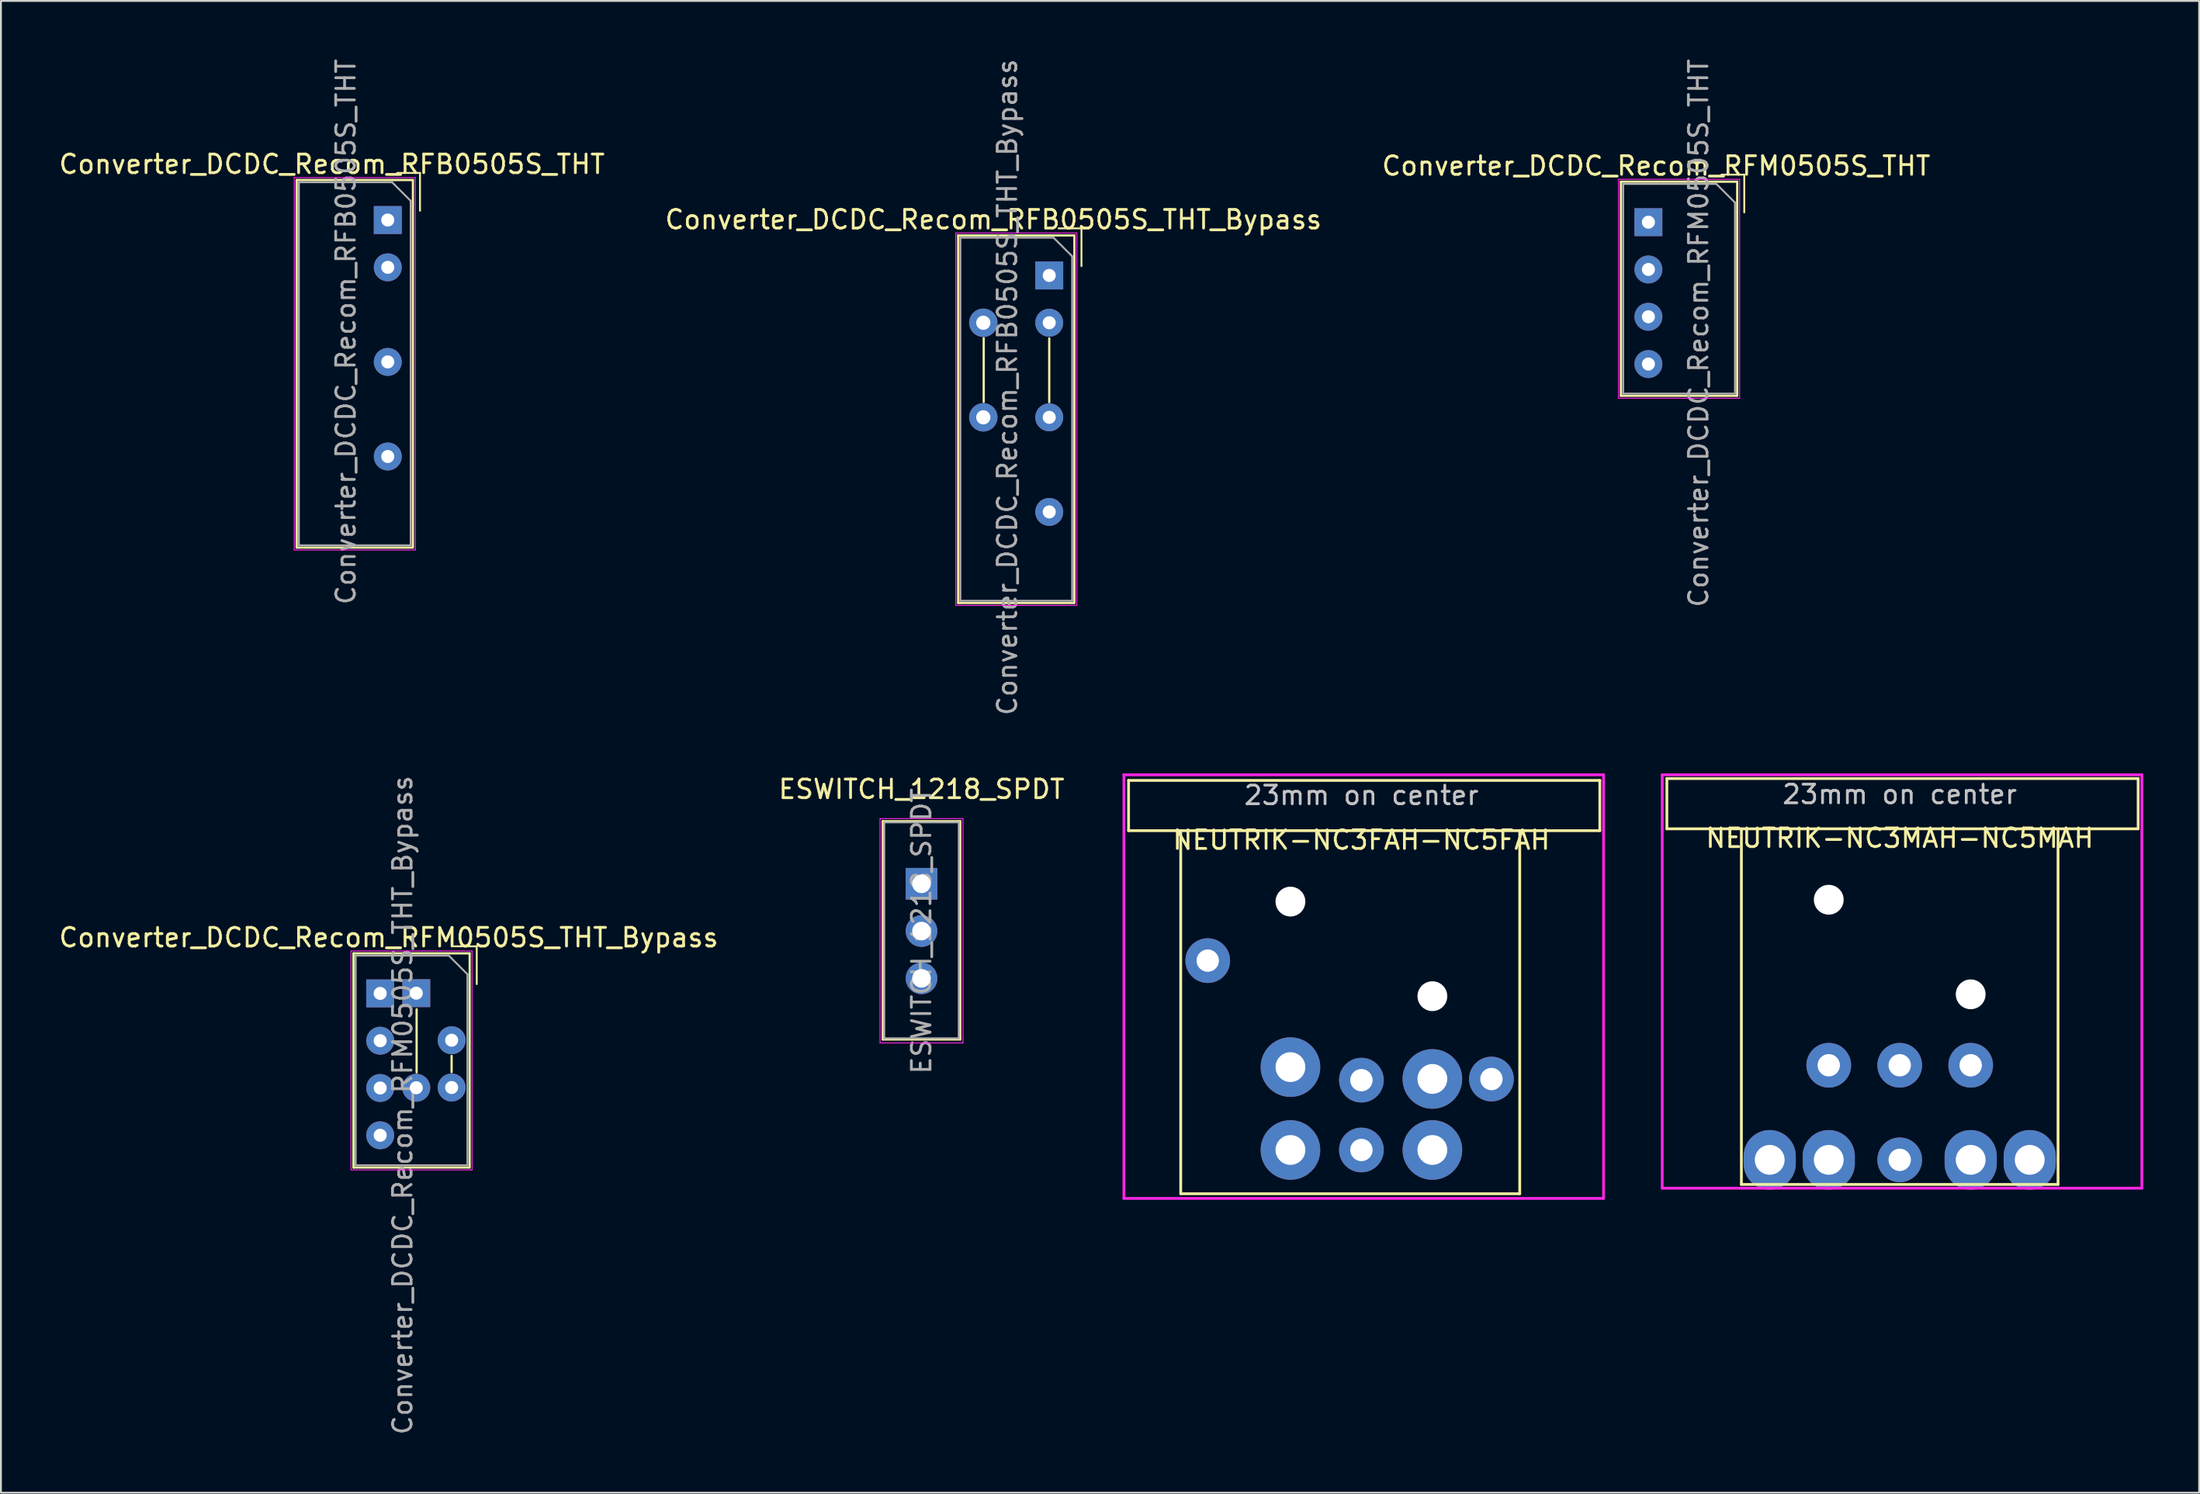
<source format=kicad_pcb>
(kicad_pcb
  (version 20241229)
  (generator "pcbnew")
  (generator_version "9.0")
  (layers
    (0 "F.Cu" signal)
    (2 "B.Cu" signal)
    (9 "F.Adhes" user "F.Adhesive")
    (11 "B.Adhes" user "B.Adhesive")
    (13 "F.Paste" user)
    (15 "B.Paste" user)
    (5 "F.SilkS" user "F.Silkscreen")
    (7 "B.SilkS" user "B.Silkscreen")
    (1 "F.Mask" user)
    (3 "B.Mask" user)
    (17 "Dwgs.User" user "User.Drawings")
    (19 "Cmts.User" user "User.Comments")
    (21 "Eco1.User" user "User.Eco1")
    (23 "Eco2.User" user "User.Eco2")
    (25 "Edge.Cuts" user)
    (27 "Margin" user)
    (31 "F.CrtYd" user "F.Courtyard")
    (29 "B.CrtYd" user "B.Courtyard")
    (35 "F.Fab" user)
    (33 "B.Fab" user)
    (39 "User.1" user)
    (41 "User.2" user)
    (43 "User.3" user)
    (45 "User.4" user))
  (footprint "Converter_DCDC_Recom_RFB0505S_THT_Bypass"
    (layer "F.Cu")
    (at 53.28 11.744)
    (property "Reference" "Converter_DCDC_Recom_RFB0505S_THT_Bypass" (at -3 -3 0) (layer "F.SilkS") (effects (font (size 1 1) (thickness 0.15))))
    (attr through_hole)
    (fp_line (start -4.89 -2.15) (end -4.89 17.59) (stroke (width 0.12) (type solid)) (layer "F.SilkS"))
    (fp_line (start -4.89 17.59) (end 1.33 17.59) (stroke (width 0.12) (type solid)) (layer "F.SilkS"))
    (fp_line (start -3.518 3.365) (end -3.518 6.795) (stroke (width 0.12) (type solid)) (layer "F.SilkS"))
    (fp_line (start 0 3.378) (end 0 6.807) (stroke (width 0.12) (type solid)) (layer "F.SilkS"))
    (fp_line (start 1.35 -2.15) (end -4.89 -2.15) (stroke (width 0.12) (type solid)) (layer "F.SilkS"))
    (fp_line (start 1.35 17.59) (end 1.35 -2.15) (stroke (width 0.12) (type solid)) (layer "F.SilkS"))
    (fp_line (start 1.73 -2.53) (end 0.5 -2.53) (stroke (width 0.1) (type solid)) (layer "F.SilkS"))
    (fp_line (start 1.73 -2.53) (end 1.73 -0.5) (stroke (width 0.1) (type solid)) (layer "F.SilkS"))
    (fp_line (start -5.02 -2.28) (end -5.02 17.72) (stroke (width 0.05) (type solid)) (layer "F.CrtYd"))
    (fp_line (start -5.02 17.72) (end 1.48 17.72) (stroke (width 0.05) (type solid)) (layer "F.CrtYd"))
    (fp_line (start 1.48 -2.28) (end -5.02 -2.28) (stroke (width 0.05) (type solid)) (layer "F.CrtYd"))
    (fp_line (start 1.48 17.72) (end 1.48 -2.28) (stroke (width 0.05) (type solid)) (layer "F.CrtYd"))
    (fp_line (start -4.77 -2.03) (end -4.77 17.47) (stroke (width 0.1) (type solid)) (layer "F.Fab"))
    (fp_line (start -4.77 17.47) (end 1.23 17.47) (stroke (width 0.1) (type solid)) (layer "F.Fab"))
    (fp_line (start 0.23 -2.03) (end -4.77 -2.03) (stroke (width 0.1) (type solid)) (layer "F.Fab"))
    (fp_line (start 0.23 -2.03) (end 1.23 -1.03) (stroke (width 0.1) (type solid)) (layer "F.Fab"))
    (fp_line (start 1.23 17.47) (end 1.23 -1.03) (stroke (width 0.1) (type solid)) (layer "F.Fab"))
    (fp_text user "${REFERENCE}" (at -2.25 6 90) (layer "F.Fab") (effects (font (size 1 1) (thickness 0.15))))
    (pad "1" thru_hole circle (at -3.54 2.54) (size 1.524 1.524) (drill 0.762) (layers "*.Cu" "*.Mask"))
    (pad "1" thru_hole rect (at 0 0) (size 1.5 1.5) (drill 0.7) (layers "*.Cu" "*.Mask"))
    (pad "2" thru_hole oval (at 0 2.54) (size 1.5 1.5) (drill 0.7) (layers "*.Cu" "*.Mask"))
    (pad "4" thru_hole oval (at 0 7.62) (size 1.5 1.5) (drill 0.7) (layers "*.Cu" "*.Mask"))
    (pad "6" thru_hole circle (at -3.54 7.62) (size 1.524 1.524) (drill 0.762) (layers "*.Cu" "*.Mask"))
    (pad "6" thru_hole oval (at 0 12.7) (size 1.5 1.5) (drill 0.7) (layers "*.Cu" "*.Mask")))
  (footprint "Converter_DCDC_Recom_RFM0505S_THT"
    (layer "F.Cu")
    (at 85.447 8.883)
    (property "Reference" "Converter_DCDC_Recom_RFM0505S_THT" (at 0.416 -3.025 0) (layer "F.SilkS") (effects (font (size 1 1) (thickness 0.15))))
    (attr through_hole)
    (fp_line (start -1.474 -2.175) (end -1.474 9.325) (stroke (width 0.12) (type solid)) (layer "F.SilkS"))
    (fp_line (start -1.474 9.325) (end 4.746 9.325) (stroke (width 0.12) (type solid)) (layer "F.SilkS"))
    (fp_line (start 4.766 -2.175) (end -1.474 -2.175) (stroke (width 0.12) (type solid)) (layer "F.SilkS"))
    (fp_line (start 4.766 9.325) (end 4.766 -2.175) (stroke (width 0.12) (type solid)) (layer "F.SilkS"))
    (fp_line (start 5.146 -2.555) (end 3.916 -2.555) (stroke (width 0.1) (type solid)) (layer "F.SilkS"))
    (fp_line (start 5.146 -2.555) (end 5.146 -0.525) (stroke (width 0.1) (type solid)) (layer "F.SilkS"))
    (fp_line (start -1.604 -2.305) (end -1.604 9.455) (stroke (width 0.05) (type solid)) (layer "F.CrtYd"))
    (fp_line (start -1.604 9.455) (end 4.896 9.455) (stroke (width 0.05) (type solid)) (layer "F.CrtYd"))
    (fp_line (start 4.896 -2.305) (end -1.604 -2.305) (stroke (width 0.05) (type solid)) (layer "F.CrtYd"))
    (fp_line (start 4.896 9.455) (end 4.896 -2.305) (stroke (width 0.05) (type solid)) (layer "F.CrtYd"))
    (fp_line (start -1.354 -2.055) (end -1.354 9.205) (stroke (width 0.1) (type solid)) (layer "F.Fab"))
    (fp_line (start -1.354 9.205) (end 4.646 9.205) (stroke (width 0.1) (type solid)) (layer "F.Fab"))
    (fp_line (start 3.646 -2.055) (end -1.354 -2.055) (stroke (width 0.1) (type solid)) (layer "F.Fab"))
    (fp_line (start 3.646 -2.055) (end 4.646 -1.055) (stroke (width 0.1) (type solid)) (layer "F.Fab"))
    (fp_line (start 4.646 9.205) (end 4.646 -1.055) (stroke (width 0.1) (type solid)) (layer "F.Fab"))
    (fp_text user "${REFERENCE}" (at 2.692 5.956 90) (layer "F.Fab") (effects (font (size 1 1) (thickness 0.15))))
    (pad "1" thru_hole rect (at 0 0) (size 1.5 1.5) (drill 0.7) (layers "*.Cu" "*.Mask"))
    (pad "2" thru_hole oval (at 0 2.54) (size 1.5 1.5) (drill 0.7) (layers "*.Cu" "*.Mask"))
    (pad "3" thru_hole oval (at 0 5.08) (size 1.5 1.5) (drill 0.7) (layers "*.Cu" "*.Mask"))
    (pad "4" thru_hole oval (at 0 7.62) (size 1.5 1.5) (drill 0.7) (layers "*.Cu" "*.Mask")))
  (footprint "ESWITCH_1218_SPDT"
    (layer "F.Cu")
    (at 46.423 44.416)
    (property "Reference" "ESWITCH_1218_SPDT" (at 0 -5.08 0) (layer "F.SilkS") (effects (font (size 1 1) (thickness 0.15))))
    (attr through_hole)
    (fp_line (start -2.08 -3.36) (end -2.08 8.36) (stroke (width 0.12) (type solid)) (layer "F.SilkS"))
    (fp_line (start -2.08 -3.36) (end 2.08 -3.36) (stroke (width 0.12) (type solid)) (layer "F.SilkS"))
    (fp_line (start -2.08 8.36) (end 2.08 8.36) (stroke (width 0.12) (type solid)) (layer "F.SilkS"))
    (fp_line (start 2.08 -3.36) (end 2.08 8.36) (stroke (width 0.12) (type solid)) (layer "F.SilkS"))
    (fp_line (start -2.225 -3.5) (end -2.225 8.55) (stroke (width 0.05) (type solid)) (layer "F.CrtYd"))
    (fp_line (start -2.225 8.55) (end 2.225 8.55) (stroke (width 0.05) (type solid)) (layer "F.CrtYd"))
    (fp_line (start 2.225 -3.5) (end -2.225 -3.5) (stroke (width 0.05) (type solid)) (layer "F.CrtYd"))
    (fp_line (start 2.225 8.55) (end 2.225 -3.5) (stroke (width 0.05) (type solid)) (layer "F.CrtYd"))
    (fp_line (start -2 -3.3) (end 2 -3.3) (stroke (width 0.1) (type solid)) (layer "F.Fab"))
    (fp_line (start -2 8.3) (end -2 -3.3) (stroke (width 0.1) (type solid)) (layer "F.Fab"))
    (fp_line (start 2 -3.3) (end 2 8.3) (stroke (width 0.1) (type solid)) (layer "F.Fab"))
    (fp_line (start 2 8.3) (end -2 8.3) (stroke (width 0.1) (type solid)) (layer "F.Fab"))
    (fp_text user "${REFERENCE}" (at 0 2.54 90) (layer "F.Fab") (effects (font (size 1 1) (thickness 0.15))))
    (pad "1" thru_hole rect (at 0 0) (size 1.7 1.7) (drill 1) (layers "*.Cu" "*.Mask"))
    (pad "2" thru_hole oval (at 0 2.54) (size 1.7 1.7) (drill 1) (layers "*.Cu" "*.Mask"))
    (pad "3" thru_hole oval (at 0 5.08) (size 1.7 1.7) (drill 1) (layers "*.Cu" "*.Mask")))
  (footprint "Converter_DCDC_Recom_RFB0505S_THT"
    (layer "F.Cu")
    (at 17.768 8.768)
    (property "Reference" "Converter_DCDC_Recom_RFB0505S_THT" (at -3 -3 0) (layer "F.SilkS") (effects (font (size 1 1) (thickness 0.15))))
    (attr through_hole)
    (fp_line (start -4.89 -2.15) (end -4.89 17.59) (stroke (width 0.12) (type solid)) (layer "F.SilkS"))
    (fp_line (start -4.89 17.59) (end 1.33 17.59) (stroke (width 0.12) (type solid)) (layer "F.SilkS"))
    (fp_line (start 1.35 -2.15) (end -4.89 -2.15) (stroke (width 0.12) (type solid)) (layer "F.SilkS"))
    (fp_line (start 1.35 17.59) (end 1.35 -2.15) (stroke (width 0.12) (type solid)) (layer "F.SilkS"))
    (fp_line (start 1.73 -2.53) (end 0.5 -2.53) (stroke (width 0.1) (type solid)) (layer "F.SilkS"))
    (fp_line (start 1.73 -2.53) (end 1.73 -0.5) (stroke (width 0.1) (type solid)) (layer "F.SilkS"))
    (fp_line (start -5.02 -2.28) (end -5.02 17.72) (stroke (width 0.05) (type solid)) (layer "F.CrtYd"))
    (fp_line (start -5.02 17.72) (end 1.48 17.72) (stroke (width 0.05) (type solid)) (layer "F.CrtYd"))
    (fp_line (start 1.48 -2.28) (end -5.02 -2.28) (stroke (width 0.05) (type solid)) (layer "F.CrtYd"))
    (fp_line (start 1.48 17.72) (end 1.48 -2.28) (stroke (width 0.05) (type solid)) (layer "F.CrtYd"))
    (fp_line (start -4.77 -2.03) (end -4.77 17.47) (stroke (width 0.1) (type solid)) (layer "F.Fab"))
    (fp_line (start -4.77 17.47) (end 1.23 17.47) (stroke (width 0.1) (type solid)) (layer "F.Fab"))
    (fp_line (start 0.23 -2.03) (end -4.77 -2.03) (stroke (width 0.1) (type solid)) (layer "F.Fab"))
    (fp_line (start 0.23 -2.03) (end 1.23 -1.03) (stroke (width 0.1) (type solid)) (layer "F.Fab"))
    (fp_line (start 1.23 17.47) (end 1.23 -1.03) (stroke (width 0.1) (type solid)) (layer "F.Fab"))
    (fp_text user "${REFERENCE}" (at -2.25 6 90) (layer "F.Fab") (effects (font (size 1 1) (thickness 0.15))))
    (pad "1" thru_hole rect (at 0 0) (size 1.5 1.5) (drill 0.7) (layers "*.Cu" "*.Mask"))
    (pad "2" thru_hole oval (at 0 2.54) (size 1.5 1.5) (drill 0.7) (layers "*.Cu" "*.Mask"))
    (pad "4" thru_hole oval (at 0 7.62) (size 1.5 1.5) (drill 0.7) (layers "*.Cu" "*.Mask"))
    (pad "6" thru_hole oval (at 0 12.7) (size 1.5 1.5) (drill 0.7) (layers "*.Cu" "*.Mask")))
  (footprint "Converter_DCDC_Recom_RFM0505S_THT_Bypass"
    (layer "F.Cu")
    (at 17.361 50.304)
    (property "Reference" "Converter_DCDC_Recom_RFM0505S_THT_Bypass" (at 0.454 -3 0) (layer "F.SilkS") (effects (font (size 1 1) (thickness 0.15))))
    (attr through_hole)
    (fp_line (start -1.436 -2.15) (end -1.436 9.35) (stroke (width 0.12) (type solid)) (layer "F.SilkS"))
    (fp_line (start -1.436 9.35) (end 4.784 9.35) (stroke (width 0.12) (type solid)) (layer "F.SilkS"))
    (fp_line (start 1.956 0.851) (end 1.956 4.242) (stroke (width 0.12) (type solid)) (layer "F.SilkS"))
    (fp_line (start 3.835 3.353) (end 3.835 4.229) (stroke (width 0.12) (type solid)) (layer "F.SilkS"))
    (fp_line (start 4.804 -2.15) (end -1.436 -2.15) (stroke (width 0.12) (type solid)) (layer "F.SilkS"))
    (fp_line (start 4.804 9.35) (end 4.804 -2.15) (stroke (width 0.12) (type solid)) (layer "F.SilkS"))
    (fp_line (start 5.184 -2.53) (end 3.954 -2.53) (stroke (width 0.1) (type solid)) (layer "F.SilkS"))
    (fp_line (start 5.184 -2.53) (end 5.184 -0.5) (stroke (width 0.1) (type solid)) (layer "F.SilkS"))
    (fp_line (start -1.566 -2.28) (end -1.566 9.48) (stroke (width 0.05) (type solid)) (layer "F.CrtYd"))
    (fp_line (start -1.566 9.48) (end 4.934 9.48) (stroke (width 0.05) (type solid)) (layer "F.CrtYd"))
    (fp_line (start 4.934 -2.28) (end -1.566 -2.28) (stroke (width 0.05) (type solid)) (layer "F.CrtYd"))
    (fp_line (start 4.934 9.48) (end 4.934 -2.28) (stroke (width 0.05) (type solid)) (layer "F.CrtYd"))
    (fp_line (start -1.316 -2.03) (end -1.316 9.23) (stroke (width 0.1) (type solid)) (layer "F.Fab"))
    (fp_line (start -1.316 9.23) (end 4.684 9.23) (stroke (width 0.1) (type solid)) (layer "F.Fab"))
    (fp_line (start 3.684 -2.03) (end -1.316 -2.03) (stroke (width 0.1) (type solid)) (layer "F.Fab"))
    (fp_line (start 3.684 -2.03) (end 4.684 -1.03) (stroke (width 0.1) (type solid)) (layer "F.Fab"))
    (fp_line (start 4.684 9.23) (end 4.684 -1.03) (stroke (width 0.1) (type solid)) (layer "F.Fab"))
    (fp_text user "${REFERENCE}" (at 1.204 6 90) (layer "F.Fab") (effects (font (size 1 1) (thickness 0.15))))
    (pad "1" thru_hole rect (at 0 0) (size 1.5 1.5) (drill 0.7) (layers "*.Cu" "*.Mask"))
    (pad "1" thru_hole rect (at 1.937 -0.013) (size 1.5 1.5) (drill 0.7) (layers "*.Cu" "*.Mask"))
    (pad "2" thru_hole oval (at 0 2.54) (size 1.5 1.5) (drill 0.7) (layers "*.Cu" "*.Mask"))
    (pad "2" thru_hole oval (at 3.836 2.515) (size 1.5 1.5) (drill 0.7) (layers "*.Cu" "*.Mask"))
    (pad "3" thru_hole oval (at 0 5.08) (size 1.5 1.5) (drill 0.7) (layers "*.Cu" "*.Mask"))
    (pad "3" thru_hole oval (at 1.937 5.067) (size 1.5 1.5) (drill 0.7) (layers "*.Cu" "*.Mask"))
    (pad "4" thru_hole oval (at 0 7.62) (size 1.5 1.5) (drill 0.7) (layers "*.Cu" "*.Mask"))
    (pad "4" thru_hole oval (at 3.836 5.055) (size 1.5 1.5) (drill 0.7) (layers "*.Cu" "*.Mask")))
  (footprint "NEUTRIK-NC3FAH-NC5FAH"
    (layer "F.Cu")
    (at 70.039 41.563)
    (property "Reference" "NEUTRIK-NC3FAH-NC5FAH" (at 0 0.5 0) (layer "F.SilkS") (effects (font (size 1 1) (thickness 0.15))))
    (attr through_hole)
    (fp_line (start -12.5 -2.7) (end 12.8 -2.7) (stroke (width 0.15) (type solid)) (layer "F.SilkS"))
    (fp_line (start -12.5 0) (end -12.5 -2.7) (stroke (width 0.15) (type solid)) (layer "F.SilkS"))
    (fp_line (start -12.5 0) (end 12.8 0) (stroke (width 0.15) (type solid)) (layer "F.SilkS"))
    (fp_line (start -9.7 19.5) (end -9.7 0) (stroke (width 0.15) (type solid)) (layer "F.SilkS"))
    (fp_line (start 8.5 0) (end 8.5 19.5) (stroke (width 0.15) (type solid)) (layer "F.SilkS"))
    (fp_line (start 8.5 19.5) (end -9.7 19.5) (stroke (width 0.15) (type solid)) (layer "F.SilkS"))
    (fp_line (start 12.8 -2.7) (end 12.8 0) (stroke (width 0.15) (type solid)) (layer "F.SilkS"))
    (fp_line (start -12.75 -3) (end -12.75 19.75) (stroke (width 0.15) (type solid)) (layer "F.CrtYd"))
    (fp_line (start -12.75 -3) (end 13 -3) (stroke (width 0.15) (type solid)) (layer "F.CrtYd"))
    (fp_line (start -12.75 19.75) (end 13 19.75) (stroke (width 0.15) (type solid)) (layer "F.CrtYd"))
    (fp_line (start 13 -3) (end 13 19.75) (stroke (width 0.15) (type solid)) (layer "F.CrtYd"))
    (fp_text user "23mm on center" (at 0 -1.9 0) (layer "Dwgs.User") (effects (font (size 1 1) (thickness 0.15))))
    (pad "" np_thru_hole circle (at -3.81 3.81) (size 1.6 1.6) (drill 1.6) (layers "*.Cu" "*.Mask"))
    (pad "" np_thru_hole circle (at 3.81 8.89) (size 1.6 1.6) (drill 1.6) (layers "*.Cu" "*.Mask"))
    (pad "0" thru_hole circle (at -8.25 6.98) (size 2.4 2.4) (drill 1.2) (layers "*.Cu" "*.Mask"))
    (pad "1A" thru_hole circle (at -3.81 12.7) (size 3.2 3.2) (drill 1.6) (layers "*.Cu" "*.Mask"))
    (pad "1B" thru_hole circle (at -3.81 17.15) (size 3.2 3.2) (drill 1.6) (layers "*.Cu" "*.Mask"))
    (pad "2A" thru_hole circle (at 3.81 13.335) (size 3.2 3.2) (drill 1.6) (layers "*.Cu" "*.Mask"))
    (pad "2B" thru_hole circle (at 0 13.4) (size 2.4 2.4) (drill 1.2) (layers "*.Cu" "*.Mask"))
    (pad "3" thru_hole circle (at 0 17.15) (size 2.4 2.4) (drill 1.2) (layers "*.Cu" "*.Mask"))
    (pad "4B" thru_hole circle (at 6.98 13.34) (size 2.4 2.4) (drill 1.2) (layers "*.Cu" "*.Mask"))
    (pad "5B" thru_hole circle (at 3.81 17.15) (size 3.2 3.2) (drill 1.6) (layers "*.Cu" "*.Mask")))
  (footprint "NEUTRIK-NC3MAH-NC5MAH"
    (layer "F.Cu")
    (at 98.939 41.463)
    (property "Reference" "NEUTRIK-NC3MAH-NC5MAH" (at 0 0.5 0) (layer "F.SilkS") (effects (font (size 1 1) (thickness 0.15))))
    (attr through_hole)
    (fp_line (start -12.5 -2.7) (end 12.8 -2.7) (stroke (width 0.15) (type solid)) (layer "F.SilkS"))
    (fp_line (start -12.5 0) (end -12.5 -2.7) (stroke (width 0.15) (type solid)) (layer "F.SilkS"))
    (fp_line (start -12.5 0) (end 12.8 0) (stroke (width 0.15) (type solid)) (layer "F.SilkS"))
    (fp_line (start -8.5 19.1) (end -8.5 0) (stroke (width 0.15) (type solid)) (layer "F.SilkS"))
    (fp_line (start 8.5 0) (end 8.5 19.1) (stroke (width 0.15) (type solid)) (layer "F.SilkS"))
    (fp_line (start 8.5 19.1) (end -8.5 19.1) (stroke (width 0.15) (type solid)) (layer "F.SilkS"))
    (fp_line (start 12.8 -2.7) (end 12.8 0) (stroke (width 0.15) (type solid)) (layer "F.SilkS"))
    (fp_line (start -12.75 -2.9) (end -12.75 19.3) (stroke (width 0.15) (type solid)) (layer "F.CrtYd"))
    (fp_line (start -12.75 -2.9) (end 13 -2.9) (stroke (width 0.15) (type solid)) (layer "F.CrtYd"))
    (fp_line (start -12.75 19.3) (end 13 19.3) (stroke (width 0.15) (type solid)) (layer "F.CrtYd"))
    (fp_line (start 13 -2.9) (end 13 19.3) (stroke (width 0.15) (type solid)) (layer "F.CrtYd"))
    (fp_text user "23mm on center" (at 0 -1.85 0) (layer "Dwgs.User") (effects (font (size 1 1) (thickness 0.15))))
    (pad "" np_thru_hole circle (at -3.81 3.81) (size 1.6 1.6) (drill 1.6) (layers "*.Cu" "*.Mask"))
    (pad "" np_thru_hole circle (at 3.81 8.89) (size 1.6 1.6) (drill 1.6) (layers "*.Cu" "*.Mask"))
    (pad "0" thru_hole circle (at 0 12.7) (size 2.4 2.4) (drill 1.2) (layers "*.Cu" "*.Mask"))
    (pad "1A" thru_hole oval (at 3.81 17.78) (size 2.8 3.2) (drill 1.6) (layers "*.Cu" "*.Mask"))
    (pad "1B" thru_hole oval (at 6.98 17.78) (size 2.8 3.2) (drill 1.6) (layers "*.Cu" "*.Mask"))
    (pad "2A" thru_hole oval (at -3.81 17.78) (size 2.8 3.2) (drill 1.6) (layers "*.Cu" "*.Mask"))
    (pad "2B" thru_hole circle (at 3.81 12.7) (size 2.4 2.4) (drill 1.2) (layers "*.Cu" "*.Mask"))
    (pad "3" thru_hole circle (at 0 17.78) (size 2.4 2.4) (drill 1.2) (layers "*.Cu" "*.Mask"))
    (pad "4B" thru_hole circle (at -3.81 12.7) (size 2.4 2.4) (drill 1.2) (layers "*.Cu" "*.Mask"))
    (pad "5B" thru_hole oval (at -6.98 17.78) (size 2.8 3.2) (drill 1.6) (layers "*.Cu" "*.Mask")))
  (gr_rect
    (start -3 -3)
    (end 115.014 77.119)
    (stroke (width 0.1) (type default))
    (fill no)
    (layer "Edge.Cuts")))
</source>
